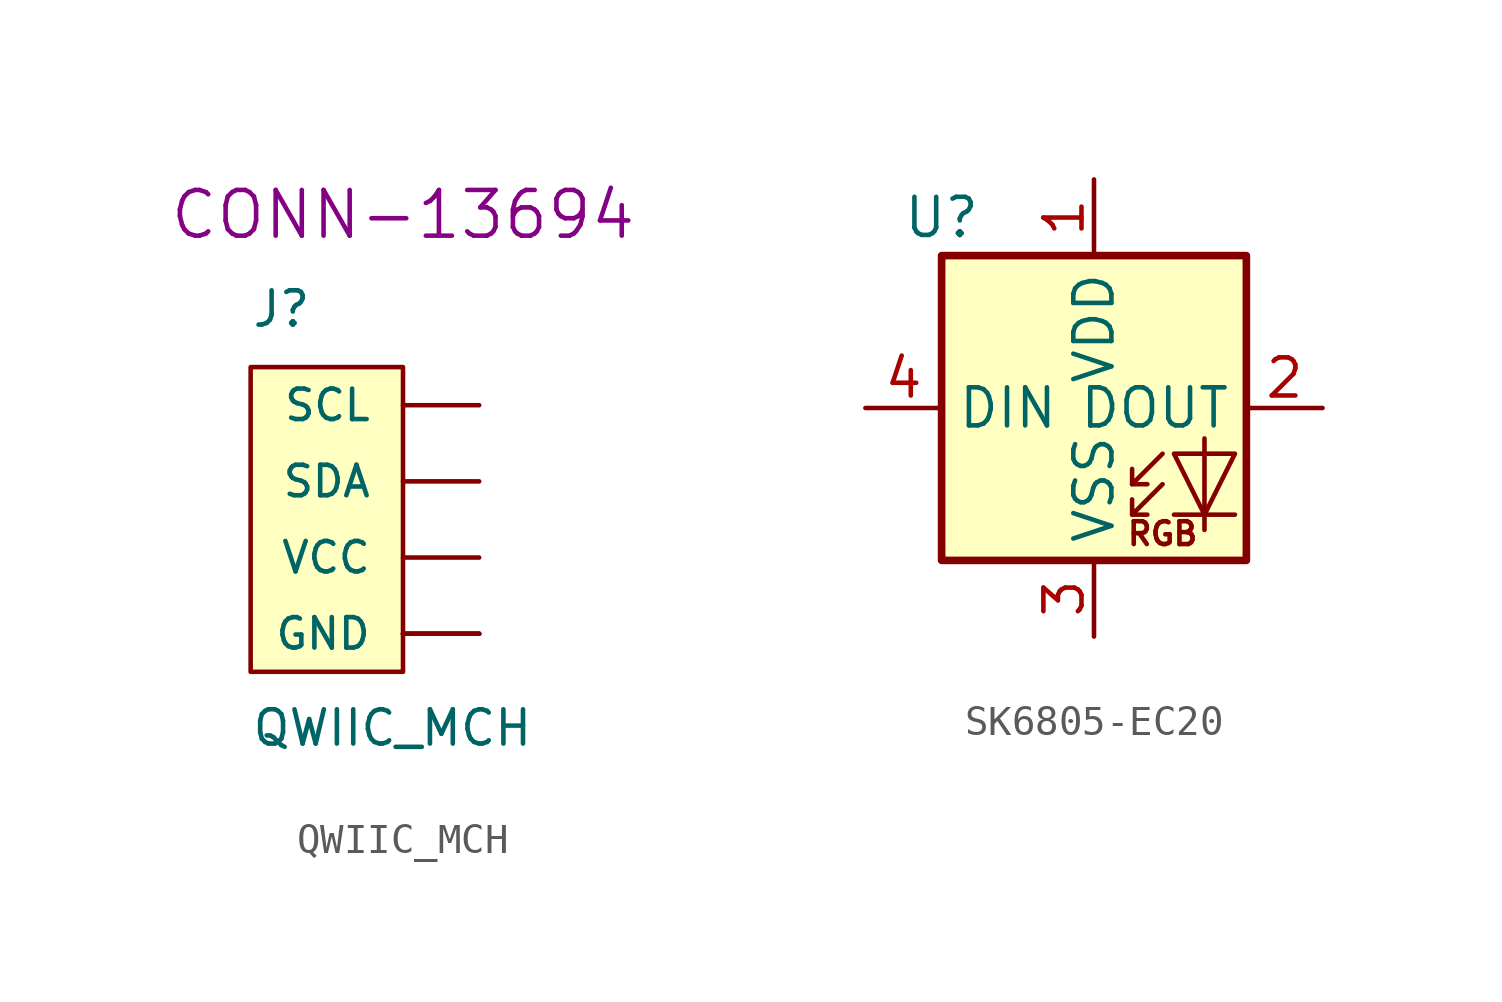
<source format=kicad_sym>
(kicad_symbol_lib
  (version 20230620)
  (generator kicad_symbol_editor)
  (symbol "QWIIC_MCH"
    (pin_numbers hide)
    (pin_names
      (offset 1.016))
    (property "Reference" "J"
      (at -5.08 10.16 0)
      (effects (font (size 1.143 1.143)) (justify left bottom)))
    (property "Value" "QWIIC_MCH"
      (at -5.08 -3.81 0)
      (effects (font (size 1.143 1.143)) (justify left bottom)))
    (property "Field4" "CONN-13694"
      (at 0 13.97 0)
      (effects (font (size 1.524 1.524))))
    (property "ki_locked" ""
      (at 0 0 0)
      (effects (font (size 1.27 1.27))))
    (symbol "QWIIC_MCH_1_0"
      (rectangle (start 0 -1.27) (end -5.08 8.89) (stroke (width 0) (type default)) (fill (type background))))
    (symbol "QWIIC_MCH_1_1"
      (pin power_in line (at 2.54 0 180) (length 2.54) (name "GND" (effects (font (size 1.016 1.016)))) (number "1" (effects (font (size 1.016 1.016)))))
      (pin power_in line (at 2.54 2.54 180) (length 2.54) (name "VCC" (effects (font (size 1.016 1.016)))) (number "2" (effects (font (size 1.016 1.016)))))
      (pin passive line (at 2.54 5.08 180) (length 2.54) (name "SDA" (effects (font (size 1.016 1.016)))) (number "3" (effects (font (size 1.016 1.016)))))
      (pin passive line (at 2.54 7.62 180) (length 2.54) (name "SCL" (effects (font (size 1.016 1.016)))) (number "4" (effects (font (size 1.016 1.016)))))
      (pin power_in line (at 2.54 0 180) (length 2.54) (name "~" (effects (font (size 1.27 1.27)))) (number "5" (effects (font (size 1.27 1.27)))))
      (pin power_in line (at 2.54 0 180) (length 2.54) (name "~" (effects (font (size 1.27 1.27)))) (number "6" (effects (font (size 1.27 1.27)))))))
  (symbol "SK6805-EC20"
    (property "Reference" "U"
      (at -5.08 6.35 0)
      (effects (font (size 1.27 1.27))))
    (property "Value" ""
      (at 0 0 0)
      (effects (font (size 1.27 1.27))))
    (symbol "SK6805-EC20_0_0"
      (text "RGB" (at 2.286 -4.191 0) (effects (font (size 0.762 0.762)))))
    (symbol "SK6805-EC20_0_1"
      (polyline (pts (xy 1.27 -3.556) (xy 1.778 -3.556)) (stroke (width 0) (type default)) (fill (type none)))
      (polyline (pts (xy 1.27 -2.54) (xy 1.778 -2.54)) (stroke (width 0) (type default)) (fill (type none)))
      (polyline (pts (xy 4.699 -3.556) (xy 2.667 -3.556)) (stroke (width 0) (type default)) (fill (type none)))
      (polyline (pts (xy 2.286 -2.54) (xy 1.27 -3.556) (xy 1.27 -3.048)) (stroke (width 0) (type default)) (fill (type none)))
      (polyline (pts (xy 2.286 -1.524) (xy 1.27 -2.54) (xy 1.27 -2.032)) (stroke (width 0) (type default)) (fill (type none)))
      (polyline (pts (xy 3.683 -1.016) (xy 3.683 -3.556) (xy 3.683 -4.064)) (stroke (width 0) (type default)) (fill (type none)))
      (polyline (pts (xy 4.699 -1.524) (xy 2.667 -1.524) (xy 3.683 -3.556) (xy 4.699 -1.524)) (stroke (width 0) (type default)) (fill (type none)))
      (rectangle (start 5.08 5.08) (end -5.08 -5.08) (stroke (width 0.254) (type default)) (fill (type background))))
    (symbol "SK6805-EC20_1_1"
      (pin power_in line (at 0 7.62 270) (length 2.54) (name "VDD" (effects (font (size 1.27 1.27)))) (number "1" (effects (font (size 1.27 1.27)))))
      (pin output line (at 7.62 0 180) (length 2.54) (name "DOUT" (effects (font (size 1.27 1.27)))) (number "2" (effects (font (size 1.27 1.27)))))
      (pin power_in line (at 0 -7.62 90) (length 2.54) (name "VSS" (effects (font (size 1.27 1.27)))) (number "3" (effects (font (size 1.27 1.27)))))
      (pin input line (at -7.62 0 0) (length 2.54) (name "DIN" (effects (font (size 1.27 1.27)))) (number "4" (effects (font (size 1.27 1.27))))))))
</source>
